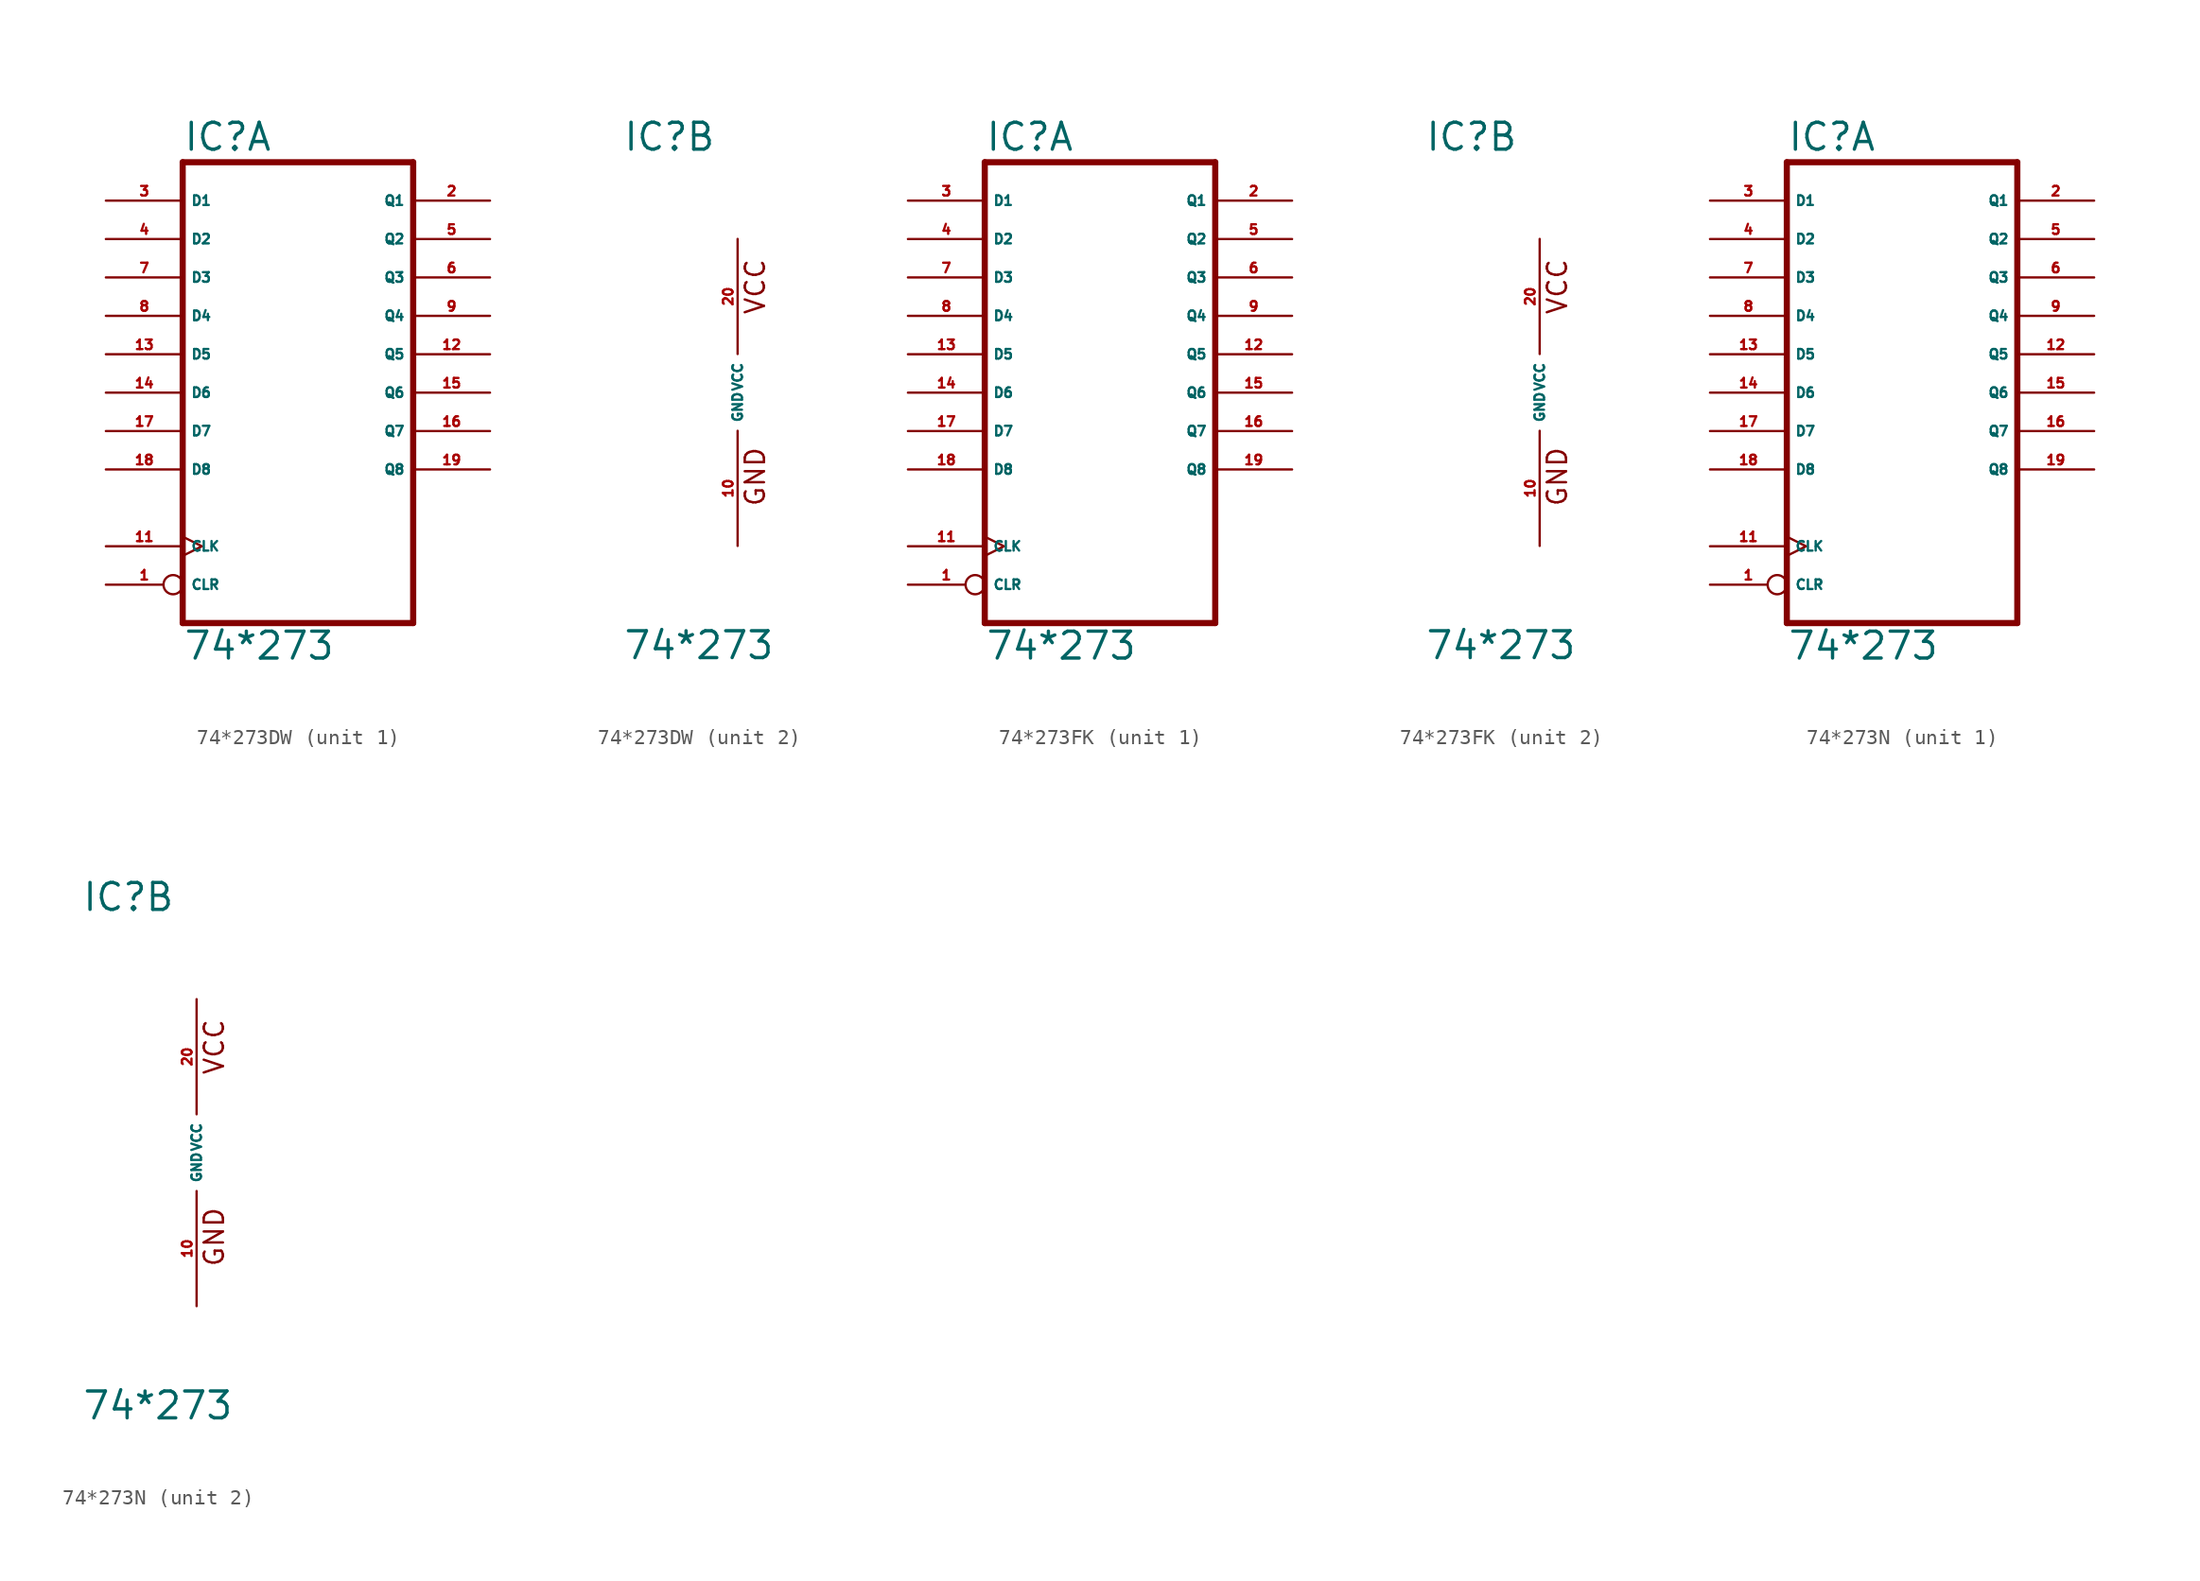
<source format=kicad_sym>
(kicad_symbol_lib
  (version 20220914)
  (generator Eagle2Kicad)
  (symbol "74*273DW"
    (property "Reference" "IC"
      (at -7.62 15.875 0)
      (effects (font (size 1.778 1.778) (thickness 0.22)) (justify left bottom)))
    (property "Value" "74*273"
      (at -7.62 -17.78 0)
      (effects (font (size 1.778 1.778) (thickness 0.22)) (justify left bottom)))
    (symbol "74*273DW_1_0"
      (polyline (pts (xy -7.62 -15.24) (xy 7.62 -15.24)) (stroke (width 0.406) (type default)) (fill (type none)))
      (polyline (pts (xy 7.62 -15.24) (xy 7.62 15.24)) (stroke (width 0.406) (type default)) (fill (type none)))
      (polyline (pts (xy 7.62 15.24) (xy -7.62 15.24)) (stroke (width 0.406) (type default)) (fill (type none)))
      (polyline (pts (xy -7.62 15.24) (xy -7.62 -15.24)) (stroke (width 0.406) (type default)) (fill (type none)))
      (pin input inverted (at -12.7 -12.7 0) (length 5.08) (name "CLR" (effects (font (size 0.635 0.635) (thickness 0.08)) (justify left bottom))) (number "1" (effects (font (size 0.635 0.635) (thickness 0.08)) (justify left bottom))))
      (pin output line (at 12.7 12.7 180) (length 5.08) (name "Q1" (effects (font (size 0.635 0.635) (thickness 0.08)) (justify left bottom))) (number "2" (effects (font (size 0.635 0.635) (thickness 0.08)) (justify left bottom))))
      (pin input line (at -12.7 12.7 0) (length 5.08) (name "D1" (effects (font (size 0.635 0.635) (thickness 0.08)) (justify left bottom))) (number "3" (effects (font (size 0.635 0.635) (thickness 0.08)) (justify left bottom))))
      (pin input line (at -12.7 10.16 0) (length 5.08) (name "D2" (effects (font (size 0.635 0.635) (thickness 0.08)) (justify left bottom))) (number "4" (effects (font (size 0.635 0.635) (thickness 0.08)) (justify left bottom))))
      (pin output line (at 12.7 10.16 180) (length 5.08) (name "Q2" (effects (font (size 0.635 0.635) (thickness 0.08)) (justify left bottom))) (number "5" (effects (font (size 0.635 0.635) (thickness 0.08)) (justify left bottom))))
      (pin output line (at 12.7 7.62 180) (length 5.08) (name "Q3" (effects (font (size 0.635 0.635) (thickness 0.08)) (justify left bottom))) (number "6" (effects (font (size 0.635 0.635) (thickness 0.08)) (justify left bottom))))
      (pin input line (at -12.7 7.62 0) (length 5.08) (name "D3" (effects (font (size 0.635 0.635) (thickness 0.08)) (justify left bottom))) (number "7" (effects (font (size 0.635 0.635) (thickness 0.08)) (justify left bottom))))
      (pin input line (at -12.7 5.08 0) (length 5.08) (name "D4" (effects (font (size 0.635 0.635) (thickness 0.08)) (justify left bottom))) (number "8" (effects (font (size 0.635 0.635) (thickness 0.08)) (justify left bottom))))
      (pin output line (at 12.7 5.08 180) (length 5.08) (name "Q4" (effects (font (size 0.635 0.635) (thickness 0.08)) (justify left bottom))) (number "9" (effects (font (size 0.635 0.635) (thickness 0.08)) (justify left bottom))))
      (pin input clock (at -12.7 -10.16 0) (length 5.08) (name "CLK" (effects (font (size 0.635 0.635) (thickness 0.08)) (justify left bottom))) (number "11" (effects (font (size 0.635 0.635) (thickness 0.08)) (justify left bottom))))
      (pin output line (at 12.7 2.54 180) (length 5.08) (name "Q5" (effects (font (size 0.635 0.635) (thickness 0.08)) (justify left bottom))) (number "12" (effects (font (size 0.635 0.635) (thickness 0.08)) (justify left bottom))))
      (pin input line (at -12.7 2.54 0) (length 5.08) (name "D5" (effects (font (size 0.635 0.635) (thickness 0.08)) (justify left bottom))) (number "13" (effects (font (size 0.635 0.635) (thickness 0.08)) (justify left bottom))))
      (pin input line (at -12.7 0 0) (length 5.08) (name "D6" (effects (font (size 0.635 0.635) (thickness 0.08)) (justify left bottom))) (number "14" (effects (font (size 0.635 0.635) (thickness 0.08)) (justify left bottom))))
      (pin output line (at 12.7 0 180) (length 5.08) (name "Q6" (effects (font (size 0.635 0.635) (thickness 0.08)) (justify left bottom))) (number "15" (effects (font (size 0.635 0.635) (thickness 0.08)) (justify left bottom))))
      (pin output line (at 12.7 -2.54 180) (length 5.08) (name "Q7" (effects (font (size 0.635 0.635) (thickness 0.08)) (justify left bottom))) (number "16" (effects (font (size 0.635 0.635) (thickness 0.08)) (justify left bottom))))
      (pin input line (at -12.7 -2.54 0) (length 5.08) (name "D7" (effects (font (size 0.635 0.635) (thickness 0.08)) (justify left bottom))) (number "17" (effects (font (size 0.635 0.635) (thickness 0.08)) (justify left bottom))))
      (pin input line (at -12.7 -5.08 0) (length 5.08) (name "D8" (effects (font (size 0.635 0.635) (thickness 0.08)) (justify left bottom))) (number "18" (effects (font (size 0.635 0.635) (thickness 0.08)) (justify left bottom))))
      (pin output line (at 12.7 -5.08 180) (length 5.08) (name "Q8" (effects (font (size 0.635 0.635) (thickness 0.08)) (justify left bottom))) (number "19" (effects (font (size 0.635 0.635) (thickness 0.08)) (justify left bottom)))))
    (symbol "74*273DW_2_0"
      (text "GND" (at 1.905 -7.62 900) (effects (font (size 1.27 1.27) (thickness 0.16)) (justify left bottom)))
      (text "VCC" (at 1.905 5.08 900) (effects (font (size 1.27 1.27) (thickness 0.16)) (justify left bottom)))
      (pin unspecified line (at 0 -10.16 90) (length 7.62) (name "GND" (effects (font (size 0.635 0.635) (thickness 0.08)) (justify left bottom))) (number "10" (effects (font (size 0.635 0.635) (thickness 0.08)) (justify left bottom))))
      (pin unspecified line (at 0 10.16 270) (length 7.62) (name "VCC" (effects (font (size 0.635 0.635) (thickness 0.08)) (justify left bottom))) (number "20" (effects (font (size 0.635 0.635) (thickness 0.08)) (justify left bottom))))))
  (symbol "74*273FK"
    (property "Reference" "IC"
      (at -7.62 15.875 0)
      (effects (font (size 1.778 1.778) (thickness 0.22)) (justify left bottom)))
    (property "Value" "74*273"
      (at -7.62 -17.78 0)
      (effects (font (size 1.778 1.778) (thickness 0.22)) (justify left bottom)))
    (symbol "74*273FK_1_0"
      (polyline (pts (xy -7.62 -15.24) (xy 7.62 -15.24)) (stroke (width 0.406) (type default)) (fill (type none)))
      (polyline (pts (xy 7.62 -15.24) (xy 7.62 15.24)) (stroke (width 0.406) (type default)) (fill (type none)))
      (polyline (pts (xy 7.62 15.24) (xy -7.62 15.24)) (stroke (width 0.406) (type default)) (fill (type none)))
      (polyline (pts (xy -7.62 15.24) (xy -7.62 -15.24)) (stroke (width 0.406) (type default)) (fill (type none)))
      (pin input inverted (at -12.7 -12.7 0) (length 5.08) (name "CLR" (effects (font (size 0.635 0.635) (thickness 0.08)) (justify left bottom))) (number "1" (effects (font (size 0.635 0.635) (thickness 0.08)) (justify left bottom))))
      (pin output line (at 12.7 12.7 180) (length 5.08) (name "Q1" (effects (font (size 0.635 0.635) (thickness 0.08)) (justify left bottom))) (number "2" (effects (font (size 0.635 0.635) (thickness 0.08)) (justify left bottom))))
      (pin input line (at -12.7 12.7 0) (length 5.08) (name "D1" (effects (font (size 0.635 0.635) (thickness 0.08)) (justify left bottom))) (number "3" (effects (font (size 0.635 0.635) (thickness 0.08)) (justify left bottom))))
      (pin input line (at -12.7 10.16 0) (length 5.08) (name "D2" (effects (font (size 0.635 0.635) (thickness 0.08)) (justify left bottom))) (number "4" (effects (font (size 0.635 0.635) (thickness 0.08)) (justify left bottom))))
      (pin output line (at 12.7 10.16 180) (length 5.08) (name "Q2" (effects (font (size 0.635 0.635) (thickness 0.08)) (justify left bottom))) (number "5" (effects (font (size 0.635 0.635) (thickness 0.08)) (justify left bottom))))
      (pin output line (at 12.7 7.62 180) (length 5.08) (name "Q3" (effects (font (size 0.635 0.635) (thickness 0.08)) (justify left bottom))) (number "6" (effects (font (size 0.635 0.635) (thickness 0.08)) (justify left bottom))))
      (pin input line (at -12.7 7.62 0) (length 5.08) (name "D3" (effects (font (size 0.635 0.635) (thickness 0.08)) (justify left bottom))) (number "7" (effects (font (size 0.635 0.635) (thickness 0.08)) (justify left bottom))))
      (pin input line (at -12.7 5.08 0) (length 5.08) (name "D4" (effects (font (size 0.635 0.635) (thickness 0.08)) (justify left bottom))) (number "8" (effects (font (size 0.635 0.635) (thickness 0.08)) (justify left bottom))))
      (pin output line (at 12.7 5.08 180) (length 5.08) (name "Q4" (effects (font (size 0.635 0.635) (thickness 0.08)) (justify left bottom))) (number "9" (effects (font (size 0.635 0.635) (thickness 0.08)) (justify left bottom))))
      (pin input clock (at -12.7 -10.16 0) (length 5.08) (name "CLK" (effects (font (size 0.635 0.635) (thickness 0.08)) (justify left bottom))) (number "11" (effects (font (size 0.635 0.635) (thickness 0.08)) (justify left bottom))))
      (pin output line (at 12.7 2.54 180) (length 5.08) (name "Q5" (effects (font (size 0.635 0.635) (thickness 0.08)) (justify left bottom))) (number "12" (effects (font (size 0.635 0.635) (thickness 0.08)) (justify left bottom))))
      (pin input line (at -12.7 2.54 0) (length 5.08) (name "D5" (effects (font (size 0.635 0.635) (thickness 0.08)) (justify left bottom))) (number "13" (effects (font (size 0.635 0.635) (thickness 0.08)) (justify left bottom))))
      (pin input line (at -12.7 0 0) (length 5.08) (name "D6" (effects (font (size 0.635 0.635) (thickness 0.08)) (justify left bottom))) (number "14" (effects (font (size 0.635 0.635) (thickness 0.08)) (justify left bottom))))
      (pin output line (at 12.7 0 180) (length 5.08) (name "Q6" (effects (font (size 0.635 0.635) (thickness 0.08)) (justify left bottom))) (number "15" (effects (font (size 0.635 0.635) (thickness 0.08)) (justify left bottom))))
      (pin output line (at 12.7 -2.54 180) (length 5.08) (name "Q7" (effects (font (size 0.635 0.635) (thickness 0.08)) (justify left bottom))) (number "16" (effects (font (size 0.635 0.635) (thickness 0.08)) (justify left bottom))))
      (pin input line (at -12.7 -2.54 0) (length 5.08) (name "D7" (effects (font (size 0.635 0.635) (thickness 0.08)) (justify left bottom))) (number "17" (effects (font (size 0.635 0.635) (thickness 0.08)) (justify left bottom))))
      (pin input line (at -12.7 -5.08 0) (length 5.08) (name "D8" (effects (font (size 0.635 0.635) (thickness 0.08)) (justify left bottom))) (number "18" (effects (font (size 0.635 0.635) (thickness 0.08)) (justify left bottom))))
      (pin output line (at 12.7 -5.08 180) (length 5.08) (name "Q8" (effects (font (size 0.635 0.635) (thickness 0.08)) (justify left bottom))) (number "19" (effects (font (size 0.635 0.635) (thickness 0.08)) (justify left bottom)))))
    (symbol "74*273FK_2_0"
      (text "GND" (at 1.905 -7.62 900) (effects (font (size 1.27 1.27) (thickness 0.16)) (justify left bottom)))
      (text "VCC" (at 1.905 5.08 900) (effects (font (size 1.27 1.27) (thickness 0.16)) (justify left bottom)))
      (pin unspecified line (at 0 -10.16 90) (length 7.62) (name "GND" (effects (font (size 0.635 0.635) (thickness 0.08)) (justify left bottom))) (number "10" (effects (font (size 0.635 0.635) (thickness 0.08)) (justify left bottom))))
      (pin unspecified line (at 0 10.16 270) (length 7.62) (name "VCC" (effects (font (size 0.635 0.635) (thickness 0.08)) (justify left bottom))) (number "20" (effects (font (size 0.635 0.635) (thickness 0.08)) (justify left bottom))))))
  (symbol "74*273N"
    (property "Reference" "IC"
      (at -7.62 15.875 0)
      (effects (font (size 1.778 1.778) (thickness 0.22)) (justify left bottom)))
    (property "Value" "74*273"
      (at -7.62 -17.78 0)
      (effects (font (size 1.778 1.778) (thickness 0.22)) (justify left bottom)))
    (symbol "74*273N_1_0"
      (polyline (pts (xy -7.62 -15.24) (xy 7.62 -15.24)) (stroke (width 0.406) (type default)) (fill (type none)))
      (polyline (pts (xy 7.62 -15.24) (xy 7.62 15.24)) (stroke (width 0.406) (type default)) (fill (type none)))
      (polyline (pts (xy 7.62 15.24) (xy -7.62 15.24)) (stroke (width 0.406) (type default)) (fill (type none)))
      (polyline (pts (xy -7.62 15.24) (xy -7.62 -15.24)) (stroke (width 0.406) (type default)) (fill (type none)))
      (pin input inverted (at -12.7 -12.7 0) (length 5.08) (name "CLR" (effects (font (size 0.635 0.635) (thickness 0.08)) (justify left bottom))) (number "1" (effects (font (size 0.635 0.635) (thickness 0.08)) (justify left bottom))))
      (pin output line (at 12.7 12.7 180) (length 5.08) (name "Q1" (effects (font (size 0.635 0.635) (thickness 0.08)) (justify left bottom))) (number "2" (effects (font (size 0.635 0.635) (thickness 0.08)) (justify left bottom))))
      (pin input line (at -12.7 12.7 0) (length 5.08) (name "D1" (effects (font (size 0.635 0.635) (thickness 0.08)) (justify left bottom))) (number "3" (effects (font (size 0.635 0.635) (thickness 0.08)) (justify left bottom))))
      (pin input line (at -12.7 10.16 0) (length 5.08) (name "D2" (effects (font (size 0.635 0.635) (thickness 0.08)) (justify left bottom))) (number "4" (effects (font (size 0.635 0.635) (thickness 0.08)) (justify left bottom))))
      (pin output line (at 12.7 10.16 180) (length 5.08) (name "Q2" (effects (font (size 0.635 0.635) (thickness 0.08)) (justify left bottom))) (number "5" (effects (font (size 0.635 0.635) (thickness 0.08)) (justify left bottom))))
      (pin output line (at 12.7 7.62 180) (length 5.08) (name "Q3" (effects (font (size 0.635 0.635) (thickness 0.08)) (justify left bottom))) (number "6" (effects (font (size 0.635 0.635) (thickness 0.08)) (justify left bottom))))
      (pin input line (at -12.7 7.62 0) (length 5.08) (name "D3" (effects (font (size 0.635 0.635) (thickness 0.08)) (justify left bottom))) (number "7" (effects (font (size 0.635 0.635) (thickness 0.08)) (justify left bottom))))
      (pin input line (at -12.7 5.08 0) (length 5.08) (name "D4" (effects (font (size 0.635 0.635) (thickness 0.08)) (justify left bottom))) (number "8" (effects (font (size 0.635 0.635) (thickness 0.08)) (justify left bottom))))
      (pin output line (at 12.7 5.08 180) (length 5.08) (name "Q4" (effects (font (size 0.635 0.635) (thickness 0.08)) (justify left bottom))) (number "9" (effects (font (size 0.635 0.635) (thickness 0.08)) (justify left bottom))))
      (pin input clock (at -12.7 -10.16 0) (length 5.08) (name "CLK" (effects (font (size 0.635 0.635) (thickness 0.08)) (justify left bottom))) (number "11" (effects (font (size 0.635 0.635) (thickness 0.08)) (justify left bottom))))
      (pin output line (at 12.7 2.54 180) (length 5.08) (name "Q5" (effects (font (size 0.635 0.635) (thickness 0.08)) (justify left bottom))) (number "12" (effects (font (size 0.635 0.635) (thickness 0.08)) (justify left bottom))))
      (pin input line (at -12.7 2.54 0) (length 5.08) (name "D5" (effects (font (size 0.635 0.635) (thickness 0.08)) (justify left bottom))) (number "13" (effects (font (size 0.635 0.635) (thickness 0.08)) (justify left bottom))))
      (pin input line (at -12.7 0 0) (length 5.08) (name "D6" (effects (font (size 0.635 0.635) (thickness 0.08)) (justify left bottom))) (number "14" (effects (font (size 0.635 0.635) (thickness 0.08)) (justify left bottom))))
      (pin output line (at 12.7 0 180) (length 5.08) (name "Q6" (effects (font (size 0.635 0.635) (thickness 0.08)) (justify left bottom))) (number "15" (effects (font (size 0.635 0.635) (thickness 0.08)) (justify left bottom))))
      (pin output line (at 12.7 -2.54 180) (length 5.08) (name "Q7" (effects (font (size 0.635 0.635) (thickness 0.08)) (justify left bottom))) (number "16" (effects (font (size 0.635 0.635) (thickness 0.08)) (justify left bottom))))
      (pin input line (at -12.7 -2.54 0) (length 5.08) (name "D7" (effects (font (size 0.635 0.635) (thickness 0.08)) (justify left bottom))) (number "17" (effects (font (size 0.635 0.635) (thickness 0.08)) (justify left bottom))))
      (pin input line (at -12.7 -5.08 0) (length 5.08) (name "D8" (effects (font (size 0.635 0.635) (thickness 0.08)) (justify left bottom))) (number "18" (effects (font (size 0.635 0.635) (thickness 0.08)) (justify left bottom))))
      (pin output line (at 12.7 -5.08 180) (length 5.08) (name "Q8" (effects (font (size 0.635 0.635) (thickness 0.08)) (justify left bottom))) (number "19" (effects (font (size 0.635 0.635) (thickness 0.08)) (justify left bottom)))))
    (symbol "74*273N_2_0"
      (text "GND" (at 1.905 -7.62 900) (effects (font (size 1.27 1.27) (thickness 0.16)) (justify left bottom)))
      (text "VCC" (at 1.905 5.08 900) (effects (font (size 1.27 1.27) (thickness 0.16)) (justify left bottom)))
      (pin unspecified line (at 0 -10.16 90) (length 7.62) (name "GND" (effects (font (size 0.635 0.635) (thickness 0.08)) (justify left bottom))) (number "10" (effects (font (size 0.635 0.635) (thickness 0.08)) (justify left bottom))))
      (pin unspecified line (at 0 10.16 270) (length 7.62) (name "VCC" (effects (font (size 0.635 0.635) (thickness 0.08)) (justify left bottom))) (number "20" (effects (font (size 0.635 0.635) (thickness 0.08)) (justify left bottom)))))))
</source>
